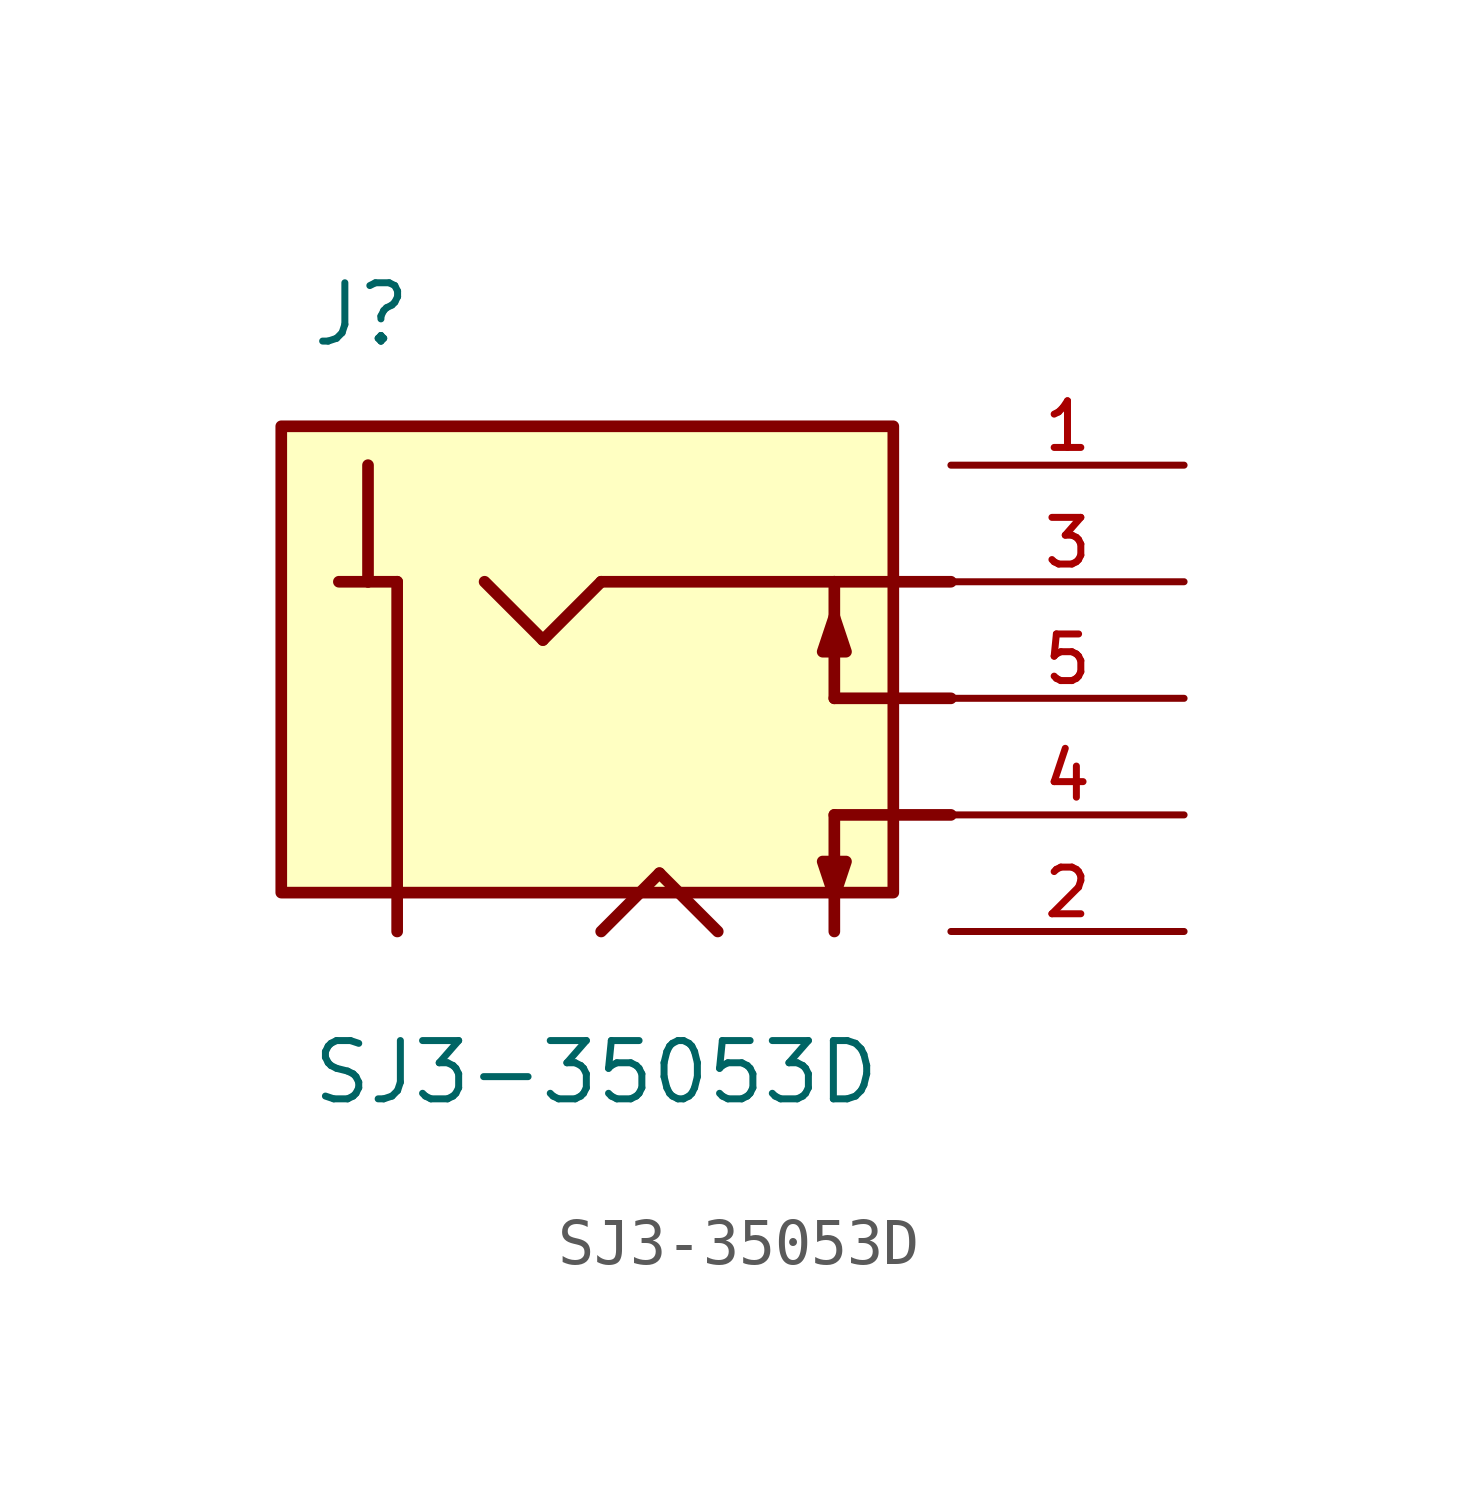
<source format=kicad_sym>
(kicad_symbol_lib
  (version 20211014)
  (generator kicad_symbol_editor)
  (symbol "SJ3-35053D"
    (pin_names
      (offset 1.016))
    (property "Reference" "J"
      (at -6.35 7.62 0)
      (effects (font (size 1.27 1.27)) (justify bottom left)))
    (property "Value" "SJ3-35053D"
      (at -6.35 -8.89 0)
      (effects (font (size 1.27 1.27)) (justify bottom left)))
    (symbol "SJ3-35053D_0_0"
      (polyline (pts (xy -5.08 5.08) (xy -5.08 2.54)) (stroke (width 0.254)))
      (polyline (pts (xy -5.08 2.54) (xy -4.445 2.54)) (stroke (width 0.254)))
      (polyline (pts (xy -4.445 2.54) (xy -4.445 -5.08)) (stroke (width 0.254)))
      (polyline (pts (xy -5.715 2.54) (xy -5.08 2.54)) (stroke (width 0.254)))
      (polyline (pts (xy 5.08 0.0) (xy 5.08 2.54)) (stroke (width 0.254)))
      (polyline (pts (xy 5.08 1.778) (xy 5.334 1.016) (xy 4.826 1.016) (xy 5.08 1.778)) (stroke (width 0.254)) (fill (type outline)))
      (polyline (pts (xy 5.08 0.0) (xy 7.62 0.0)) (stroke (width 0.254)))
      (polyline (pts (xy 0.0 2.54) (xy 5.08 2.54)) (stroke (width 0.254)))
      (polyline (pts (xy 5.08 2.54) (xy 7.62 2.54)) (stroke (width 0.254)))
      (polyline (pts (xy 0.0 -5.08) (xy 1.27 -3.81)) (stroke (width 0.254)))
      (polyline (pts (xy 1.27 -3.81) (xy 2.54 -5.08)) (stroke (width 0.254)))
      (polyline (pts (xy 5.08 -4.318) (xy 5.334 -3.556) (xy 4.826 -3.556) (xy 5.08 -4.318)) (stroke (width 0.254)) (fill (type outline)))
      (polyline (pts (xy 5.08 -2.54) (xy 7.62 -2.54)) (stroke (width 0.254)))
      (polyline (pts (xy -2.54 2.54) (xy -1.27 1.27)) (stroke (width 0.254)))
      (polyline (pts (xy -1.27 1.27) (xy 0.0 2.54)) (stroke (width 0.254)))
      (polyline (pts (xy 5.08 -5.08) (xy 5.08 -2.54)) (stroke (width 0.254)))
      (rectangle (start -6.97 -4.233) (end 6.365 5.927) (stroke (width 0.254)) (fill (type background)))
      (pin passive line (at 12.7 5.08 180.0) (length 5.08) (name "~" (effects (font (size 1.016 1.016)))) (number "1" (effects (font (size 1.016 1.016)))))
      (pin passive line (at 12.7 -5.08 180.0) (length 5.08) (name "~" (effects (font (size 1.016 1.016)))) (number "2" (effects (font (size 1.016 1.016)))))
      (pin passive line (at 12.7 2.54 180.0) (length 5.08) (name "~" (effects (font (size 1.016 1.016)))) (number "3" (effects (font (size 1.016 1.016)))))
      (pin passive line (at 12.7 0.0 180.0) (length 5.08) (name "~" (effects (font (size 1.016 1.016)))) (number "5" (effects (font (size 1.016 1.016)))))
      (pin passive line (at 12.7 -2.54 180.0) (length 5.08) (name "~" (effects (font (size 1.016 1.016)))) (number "4" (effects (font (size 1.016 1.016))))))))
</source>
